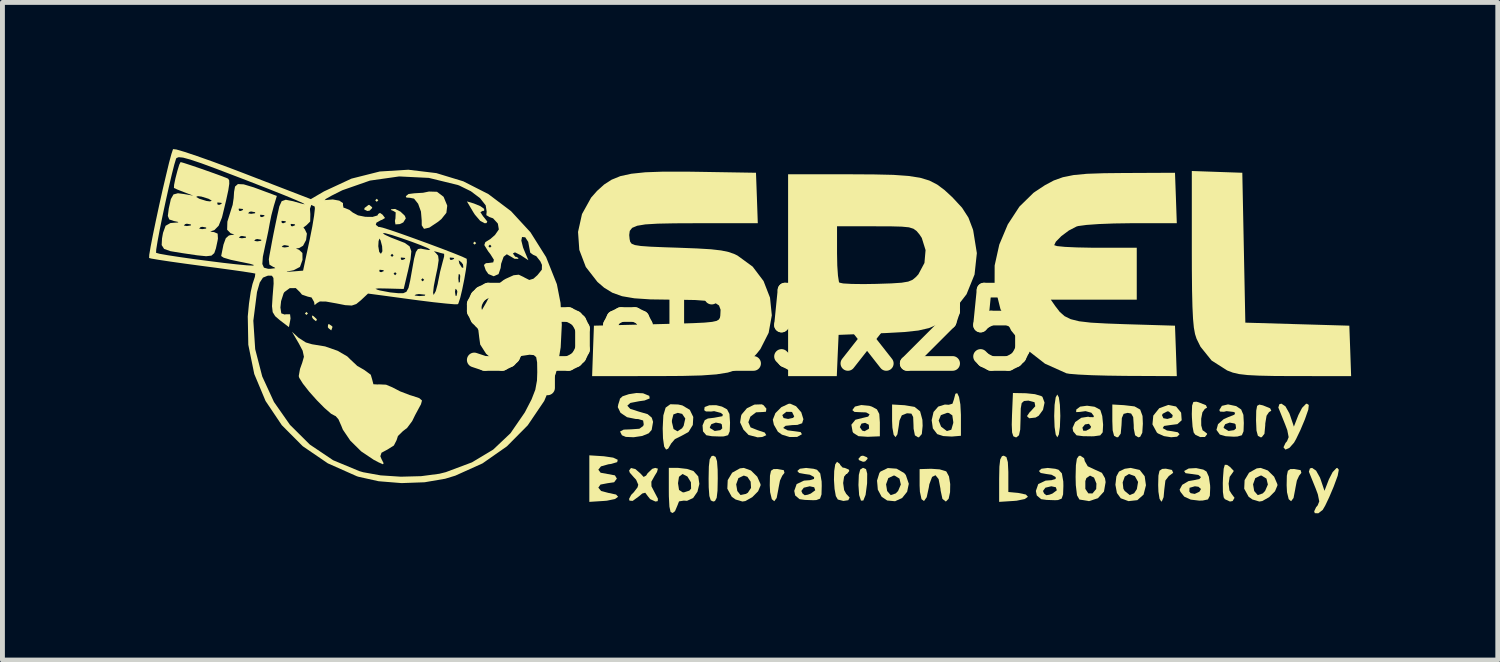
<source format=kicad_pcb>
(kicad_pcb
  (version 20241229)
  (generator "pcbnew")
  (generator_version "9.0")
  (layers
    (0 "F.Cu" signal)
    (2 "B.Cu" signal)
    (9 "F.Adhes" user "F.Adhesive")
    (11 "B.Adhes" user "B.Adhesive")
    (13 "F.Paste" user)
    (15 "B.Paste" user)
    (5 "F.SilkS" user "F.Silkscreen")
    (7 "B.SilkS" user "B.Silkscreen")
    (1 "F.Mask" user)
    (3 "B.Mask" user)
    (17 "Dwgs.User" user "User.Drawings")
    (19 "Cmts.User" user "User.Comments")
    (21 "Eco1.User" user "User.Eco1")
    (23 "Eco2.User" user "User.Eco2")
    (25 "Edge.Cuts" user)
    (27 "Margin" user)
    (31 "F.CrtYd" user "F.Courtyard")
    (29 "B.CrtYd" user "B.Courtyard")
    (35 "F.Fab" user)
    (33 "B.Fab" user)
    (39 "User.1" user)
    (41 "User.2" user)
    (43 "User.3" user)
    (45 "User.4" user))
  (footprint "Spel25x25"
    (layer "F.Cu")
    (at 12.258 3.706)
    (property "Reference" "Spel25x25" (at 0 0 0) (layer "F.SilkS") (effects (font (size 1.5 1.5) (thickness 0.3))))
    (attr board_only exclude_from_pos_files exclude_from_bom)
    (fp_poly (pts (xy -9.009 -0.344) (xy -9.04 -0.313) (xy -9.071 -0.344) (xy -9.04 -0.375)) (stroke (width 0) (type solid)) (fill yes) (layer "F.SilkS"))
    (fp_poly (pts (xy -7.57 -2.659) (xy -7.601 -2.628) (xy -7.633 -2.659) (xy -7.601 -2.69)) (stroke (width 0) (type solid)) (fill yes) (layer "F.SilkS"))
    (fp_poly (pts (xy -5.568 -1.783) (xy -5.599 -1.752) (xy -5.631 -1.783) (xy -5.599 -1.814)) (stroke (width 0) (type solid)) (fill yes) (layer "F.SilkS"))
    (fp_poly (pts (xy -8.893 -0.288) (xy -8.826 -0.225) (xy -8.84 -0.188) (xy -8.849 -0.188) (xy -8.902 -0.232) (xy -8.921 -0.26) (xy -8.928 -0.303)) (stroke (width 0) (type solid)) (fill yes) (layer "F.SilkS"))
    (fp_poly (pts (xy -8.511 -0.08) (xy -8.508 -0.063) (xy -8.53 -0.002) (xy -8.536 0) (xy -8.589 -0.044) (xy -8.602 -0.063) (xy -8.597 -0.12) (xy -8.575 -0.125)) (stroke (width 0) (type solid)) (fill yes) (layer "F.SilkS"))
    (fp_poly (pts (xy -7.697 -2.517) (xy -7.695 -2.502) (xy -7.746 -2.448) (xy -7.793 -2.44) (xy -7.857 -2.47) (xy -7.851 -2.502) (xy -7.771 -2.563) (xy -7.754 -2.565)) (stroke (width 0) (type solid)) (fill yes) (layer "F.SilkS"))
    (fp_poly (pts (xy 2.429 2.599) (xy 2.44 2.628) (xy 2.389 2.683) (xy 2.346 2.69) (xy 2.263 2.656) (xy 2.252 2.628) (xy 2.303 2.572) (xy 2.346 2.565)) (stroke (width 0) (type solid)) (fill yes) (layer "F.SilkS"))
    (fp_poly (pts (xy -7.115 -2.426) (xy -7.027 -2.342) (xy -7.007 -2.289) (xy -7.059 -2.206) (xy -7.132 -2.172) (xy -7.219 -2.166) (xy -7.23 -2.236) (xy -7.219 -2.289) (xy -7.214 -2.412) (xy -7.261 -2.44) (xy -7.312 -2.461) (xy -7.304 -2.476) (xy -7.225 -2.482)) (stroke (width 0) (type solid)) (fill yes) (layer "F.SilkS"))
    (fp_poly (pts (xy 2.407 2.84) (xy 2.431 2.933) (xy 2.429 3.121) (xy 2.428 3.139) (xy 2.398 3.367) (xy 2.352 3.482) (xy 2.304 3.485) (xy 2.266 3.371) (xy 2.252 3.165) (xy 2.26 2.957) (xy 2.288 2.849) (xy 2.342 2.815) (xy 2.349 2.815)) (stroke (width 0) (type solid)) (fill yes) (layer "F.SilkS"))
    (fp_poly (pts (xy -5.615 -2.594) (xy -5.482 -2.539) (xy -5.404 -2.483) (xy -5.405 -2.445) (xy -5.44 -2.44) (xy -5.481 -2.415) (xy -5.426 -2.331) (xy -5.412 -2.315) (xy -5.34 -2.224) (xy -5.357 -2.192) (xy -5.396 -2.19) (xy -5.486 -2.239) (xy -5.593 -2.364) (xy -5.625 -2.413) (xy -5.757 -2.636)) (stroke (width 0) (type solid)) (fill yes) (layer "F.SilkS"))
    (fp_poly (pts (xy 0.724 2.861) (xy 0.739 2.916) (xy 0.693 2.975) (xy 0.647 3.074) (xy 0.616 3.234) (xy 0.614 3.248) (xy 0.579 3.43) (xy 0.53 3.497) (xy 0.48 3.455) (xy 0.445 3.312) (xy 0.438 3.171) (xy 0.442 2.975) (xy 0.463 2.874) (xy 0.515 2.839) (xy 0.594 2.838)) (stroke (width 0) (type solid)) (fill yes) (layer "F.SilkS"))
    (fp_poly (pts (xy 11.297 2.861) (xy 11.312 2.916) (xy 11.266 2.975) (xy 11.22 3.074) (xy 11.189 3.234) (xy 11.187 3.248) (xy 11.152 3.43) (xy 11.102 3.497) (xy 11.053 3.455) (xy 11.018 3.312) (xy 11.011 3.171) (xy 11.015 2.975) (xy 11.036 2.874) (xy 11.087 2.839) (xy 11.167 2.838)) (stroke (width 0) (type solid)) (fill yes) (layer "F.SilkS"))
    (fp_poly (pts (xy -0.67 2.59) (xy -0.641 2.678) (xy -0.628 2.854) (xy -0.626 3.034) (xy -0.631 3.282) (xy -0.648 3.427) (xy -0.683 3.493) (xy -0.719 3.503) (xy -0.769 3.479) (xy -0.798 3.39) (xy -0.811 3.214) (xy -0.813 3.034) (xy -0.808 2.787) (xy -0.791 2.641) (xy -0.755 2.576) (xy -0.719 2.565)) (stroke (width 0) (type solid)) (fill yes) (layer "F.SilkS"))
    (fp_poly (pts (xy 6.351 1.372) (xy 6.373 1.527) (xy 6.381 1.751) (xy 6.381 1.752) (xy 6.373 1.976) (xy 6.351 2.132) (xy 6.319 2.19) (xy 6.319 2.19) (xy 6.287 2.132) (xy 6.264 1.977) (xy 6.256 1.752) (xy 6.256 1.752) (xy 6.264 1.527) (xy 6.287 1.372) (xy 6.319 1.314) (xy 6.319 1.314)) (stroke (width 0) (type solid)) (fill yes) (layer "F.SilkS"))
    (fp_poly (pts (xy 8.665 2.857) (xy 8.69 2.915) (xy 8.605 2.979) (xy 8.602 2.98) (xy 8.531 3.073) (xy 8.508 3.26) (xy 8.494 3.414) (xy 8.459 3.498) (xy 8.446 3.503) (xy 8.411 3.447) (xy 8.388 3.302) (xy 8.383 3.167) (xy 8.388 2.973) (xy 8.41 2.873) (xy 8.465 2.836) (xy 8.54 2.831)) (stroke (width 0) (type solid)) (fill yes) (layer "F.SilkS"))
    (fp_poly (pts (xy 5.279 2.594) (xy 5.308 2.697) (xy 5.318 2.897) (xy 5.318 2.936) (xy 5.318 3.308) (xy 5.521 3.327) (xy 5.677 3.36) (xy 5.719 3.406) (xy 5.654 3.452) (xy 5.489 3.486) (xy 5.427 3.491) (xy 5.13 3.51) (xy 5.13 3.038) (xy 5.135 2.789) (xy 5.152 2.643) (xy 5.187 2.576) (xy 5.224 2.565)) (stroke (width 0) (type solid)) (fill yes) (layer "F.SilkS"))
    (fp_poly (pts (xy 10.526 1.536) (xy 10.673 1.596) (xy 10.697 1.646) (xy 10.651 1.672) (xy 10.6 1.748) (xy 10.574 1.905) (xy 10.573 1.945) (xy 10.557 2.117) (xy 10.503 2.186) (xy 10.479 2.19) (xy 10.423 2.159) (xy 10.394 2.052) (xy 10.385 1.844) (xy 10.385 1.841) (xy 10.389 1.644) (xy 10.407 1.546) (xy 10.452 1.52)) (stroke (width 0) (type solid)) (fill yes) (layer "F.SilkS"))
    (fp_poly (pts (xy 9.792 2.753) (xy 9.853 2.796) (xy 9.93 2.878) (xy 9.9 2.922) (xy 9.845 2.999) (xy 9.824 3.137) (xy 9.84 3.275) (xy 9.885 3.347) (xy 9.945 3.427) (xy 9.906 3.493) (xy 9.851 3.503) (xy 9.747 3.455) (xy 9.723 3.418) (xy 9.707 3.308) (xy 9.705 3.126) (xy 9.709 3.016) (xy 9.723 2.832) (xy 9.746 2.752)) (stroke (width 0) (type solid)) (fill yes) (layer "F.SilkS"))
    (fp_poly (pts (xy -6.369 -2.833) (xy -6.234 -2.73) (xy -6.162 -2.556) (xy -6.16 -2.544) (xy -6.177 -2.403) (xy -6.279 -2.275) (xy -6.346 -2.22) (xy -6.526 -2.1) (xy -6.635 -2.075) (xy -6.681 -2.147) (xy -6.682 -2.248) (xy -6.697 -2.428) (xy -6.755 -2.588) (xy -6.839 -2.693) (xy -6.921 -2.71) (xy -6.996 -2.715) (xy -7.007 -2.742) (xy -6.953 -2.787) (xy -6.835 -2.802) (xy -6.654 -2.813) (xy -6.534 -2.838)) (stroke (width 0) (type solid)) (fill yes) (layer "F.SilkS"))
    (fp_poly (pts (xy 0.309 1.531) (xy 0.369 1.603) (xy 0.36 1.666) (xy 0.297 1.672) (xy 0.158 1.678) (xy 0.041 1.767) (xy 0 1.881) (xy 0.045 1.986) (xy 0.188 2.043) (xy 0.335 2.092) (xy 0.367 2.146) (xy 0.283 2.183) (xy 0.189 2.19) (xy 0.004 2.141) (xy -0.101 2.031) (xy -0.169 1.884) (xy -0.148 1.748) (xy -0.136 1.72) (xy -0.03 1.595) (xy 0.124 1.52) (xy 0.274 1.515)) (stroke (width 0) (type solid)) (fill yes) (layer "F.SilkS"))
    (fp_poly (pts (xy 9.212 1.474) (xy 9.36 1.533) (xy 9.383 1.583) (xy 9.337 1.609) (xy 9.288 1.678) (xy 9.263 1.808) (xy 9.264 1.948) (xy 9.292 2.046) (xy 9.322 2.065) (xy 9.382 2.112) (xy 9.384 2.127) (xy 9.339 2.183) (xy 9.24 2.184) (xy 9.143 2.137) (xy 9.109 2.091) (xy 9.086 1.969) (xy 9.073 1.783) (xy 9.071 1.711) (xy 9.077 1.54) (xy 9.103 1.466) (xy 9.168 1.461)) (stroke (width 0) (type solid)) (fill yes) (layer "F.SilkS"))
    (fp_poly (pts (xy 1.875 2.738) (xy 1.877 2.753) (xy 1.928 2.808) (xy 1.971 2.815) (xy 2.054 2.849) (xy 2.065 2.878) (xy 2.017 2.939) (xy 2.002 2.94) (xy 1.958 2.995) (xy 1.939 3.124) (xy 1.959 3.269) (xy 2.002 3.347) (xy 2.072 3.422) (xy 2.044 3.476) (xy 1.944 3.491) (xy 1.83 3.462) (xy 1.789 3.391) (xy 1.763 3.243) (xy 1.751 3.058) (xy 1.756 2.878) (xy 1.777 2.742) (xy 1.814 2.69)) (stroke (width 0) (type solid)) (fill yes) (layer "F.SilkS"))
    (fp_poly (pts (xy 3.197 1.533) (xy 3.4 1.567) (xy 3.513 1.658) (xy 3.56 1.831) (xy 3.565 1.955) (xy 3.548 2.123) (xy 3.492 2.187) (xy 3.472 2.19) (xy 3.407 2.149) (xy 3.38 2.014) (xy 3.378 1.935) (xy 3.371 1.774) (xy 3.335 1.705) (xy 3.253 1.698) (xy 3.238 1.7) (xy 3.139 1.74) (xy 3.091 1.847) (xy 3.077 1.955) (xy 3.049 2.128) (xy 3.01 2.186) (xy 2.972 2.137) (xy 2.946 1.99) (xy 2.94 1.854) (xy 2.94 1.518)) (stroke (width 0) (type solid)) (fill yes) (layer "F.SilkS"))
    (fp_poly (pts (xy 3.913 2.845) (xy 4.039 2.883) (xy 4.051 2.891) (xy 4.104 2.99) (xy 4.129 3.145) (xy 4.126 3.312) (xy 4.097 3.446) (xy 4.041 3.503) (xy 4.039 3.503) (xy 3.97 3.449) (xy 3.933 3.279) (xy 3.929 3.238) (xy 3.892 3.045) (xy 3.828 2.965) (xy 3.758 3) (xy 3.702 3.15) (xy 3.691 3.217) (xy 3.648 3.415) (xy 3.593 3.493) (xy 3.542 3.455) (xy 3.509 3.303) (xy 3.503 3.177) (xy 3.503 2.84) (xy 3.738 2.833)) (stroke (width 0) (type solid)) (fill yes) (layer "F.SilkS"))
    (fp_poly (pts (xy 7.686 1.532) (xy 7.899 1.557) (xy 8.015 1.622) (xy 8.063 1.753) (xy 8.07 1.912) (xy 8.058 2.096) (xy 8.015 2.179) (xy 7.977 2.19) (xy 7.911 2.148) (xy 7.884 2.011) (xy 7.883 1.939) (xy 7.872 1.776) (xy 7.83 1.703) (xy 7.758 1.689) (xy 7.676 1.71) (xy 7.64 1.795) (xy 7.633 1.939) (xy 7.617 2.113) (xy 7.566 2.185) (xy 7.539 2.19) (xy 7.481 2.158) (xy 7.452 2.048) (xy 7.445 1.854) (xy 7.445 1.518)) (stroke (width 0) (type solid)) (fill yes) (layer "F.SilkS"))
    (fp_poly (pts (xy -2.956 2.577) (xy -2.765 2.605) (xy -2.672 2.649) (xy -2.683 2.697) (xy -2.807 2.734) (xy -2.862 2.741) (xy -3.015 2.784) (xy -3.069 2.852) (xy -3.022 2.914) (xy -2.878 2.94) (xy -2.729 2.968) (xy -2.69 3.034) (xy -2.746 3.109) (xy -2.878 3.128) (xy -3.025 3.156) (xy -3.069 3.219) (xy -3.012 3.287) (xy -2.862 3.327) (xy -2.706 3.36) (xy -2.664 3.406) (xy -2.73 3.452) (xy -2.894 3.486) (xy -2.956 3.491) (xy -3.253 3.51) (xy -3.253 3.034) (xy -3.253 2.558)) (stroke (width 0) (type solid)) (fill yes) (layer "F.SilkS"))
    (fp_poly (pts (xy 8.006 2.857) (xy 8.107 2.986) (xy 8.133 3.17) (xy 8.084 3.362) (xy 7.956 3.475) (xy 7.776 3.495) (xy 7.617 3.436) (xy 7.539 3.328) (xy 7.508 3.16) (xy 7.514 3.111) (xy 7.657 3.111) (xy 7.671 3.241) (xy 7.698 3.287) (xy 7.802 3.371) (xy 7.891 3.334) (xy 7.947 3.249) (xy 7.972 3.102) (xy 7.906 2.984) (xy 7.785 2.94) (xy 7.7 2.992) (xy 7.657 3.111) (xy 7.514 3.111) (xy 7.528 2.99) (xy 7.582 2.89) (xy 7.699 2.833) (xy 7.82 2.815)) (stroke (width 0) (type solid)) (fill yes) (layer "F.SilkS"))
    (fp_poly (pts (xy 3.032 2.831) (xy 3.187 2.92) (xy 3.222 2.963) (xy 3.282 3.14) (xy 3.248 3.303) (xy 3.146 3.43) (xy 3.001 3.497) (xy 2.84 3.482) (xy 2.726 3.405) (xy 2.648 3.259) (xy 2.639 3.151) (xy 2.817 3.151) (xy 2.839 3.288) (xy 2.912 3.372) (xy 3.015 3.337) (xy 3.063 3.287) (xy 3.119 3.155) (xy 3.091 3.034) (xy 2.992 2.973) (xy 2.972 2.972) (xy 2.863 3.023) (xy 2.817 3.151) (xy 2.639 3.151) (xy 2.632 3.075) (xy 2.68 2.919) (xy 2.703 2.89) (xy 2.853 2.818)) (stroke (width 0) (type solid)) (fill yes) (layer "F.SilkS"))
    (fp_poly (pts (xy 9.588 -3.24) (xy 10.104 -3.222) (xy 10.135 -1.689) (xy 10.166 -0.156) (xy 11.23 -0.125) (xy 12.293 -0.094) (xy 12.312 0.422) (xy 12.33 0.938) (xy 11.185 0.937) (xy 10.763 0.935) (xy 10.446 0.928) (xy 10.212 0.916) (xy 10.04 0.896) (xy 9.91 0.866) (xy 9.802 0.825) (xy 9.791 0.82) (xy 9.475 0.618) (xy 9.249 0.337) (xy 9.168 0.173) (xy 9.137 0.077) (xy 9.113 -0.054) (xy 9.096 -0.235) (xy 9.084 -0.483) (xy 9.076 -0.813) (xy 9.072 -1.24) (xy 9.071 -1.658) (xy 9.071 -3.258)) (stroke (width 0) (type solid)) (fill yes) (layer "F.SilkS"))
    (fp_poly (pts (xy 0.053 2.868) (xy 0.182 2.995) (xy 0.249 3.148) (xy 0.25 3.173) (xy 0.2 3.293) (xy 0.08 3.414) (xy -0.061 3.493) (xy -0.121 3.503) (xy -0.262 3.461) (xy -0.34 3.405) (xy -0.43 3.241) (xy -0.426 3.151) (xy -0.249 3.151) (xy -0.226 3.288) (xy -0.16 3.37) (xy -0.05 3.347) (xy -0.01 3.323) (xy 0.055 3.224) (xy 0.047 3.097) (xy -0.02 2.997) (xy -0.093 2.972) (xy -0.203 3.023) (xy -0.249 3.151) (xy -0.426 3.151) (xy -0.422 3.065) (xy -0.331 2.913) (xy -0.173 2.825) (xy -0.093 2.815)) (stroke (width 0) (type solid)) (fill yes) (layer "F.SilkS"))
    (fp_poly (pts (xy 10.626 2.868) (xy 10.755 2.995) (xy 10.821 3.148) (xy 10.823 3.173) (xy 10.773 3.293) (xy 10.653 3.414) (xy 10.512 3.493) (xy 10.452 3.503) (xy 10.311 3.461) (xy 10.233 3.405) (xy 10.143 3.241) (xy 10.147 3.151) (xy 10.324 3.151) (xy 10.347 3.288) (xy 10.42 3.372) (xy 10.522 3.337) (xy 10.57 3.287) (xy 10.627 3.155) (xy 10.598 3.034) (xy 10.499 2.973) (xy 10.479 2.972) (xy 10.37 3.023) (xy 10.324 3.151) (xy 10.147 3.151) (xy 10.151 3.065) (xy 10.242 2.913) (xy 10.4 2.825) (xy 10.48 2.815)) (stroke (width 0) (type solid)) (fill yes) (layer "F.SilkS"))
    (fp_poly (pts (xy 12.078 2.853) (xy 12.055 2.976) (xy 11.974 3.196) (xy 11.97 3.206) (xy 11.88 3.418) (xy 11.799 3.588) (xy 11.748 3.675) (xy 11.658 3.744) (xy 11.587 3.741) (xy 11.574 3.704) (xy 11.613 3.62) (xy 11.645 3.583) (xy 11.678 3.5) (xy 11.649 3.356) (xy 11.607 3.242) (xy 11.534 3.062) (xy 11.479 2.926) (xy 11.466 2.893) (xy 11.487 2.826) (xy 11.531 2.815) (xy 11.613 2.871) (xy 11.692 3.012) (xy 11.706 3.05) (xy 11.785 3.284) (xy 11.875 3.05) (xy 11.951 2.902) (xy 12.028 2.821) (xy 12.047 2.815)) (stroke (width 0) (type solid)) (fill yes) (layer "F.SilkS"))
    (fp_poly (pts (xy 11.464 1.528) (xy 11.454 1.623) (xy 11.39 1.806) (xy 11.381 1.83) (xy 11.292 2.042) (xy 11.204 2.225) (xy 11.162 2.299) (xy 11.069 2.404) (xy 10.987 2.441) (xy 10.948 2.397) (xy 10.948 2.39) (xy 10.987 2.306) (xy 11.019 2.269) (xy 11.052 2.186) (xy 11.024 2.042) (xy 10.981 1.928) (xy 10.909 1.749) (xy 10.854 1.612) (xy 10.841 1.58) (xy 10.862 1.512) (xy 10.905 1.501) (xy 10.987 1.557) (xy 11.066 1.698) (xy 11.08 1.736) (xy 11.159 1.971) (xy 11.25 1.736) (xy 11.326 1.588) (xy 11.405 1.507) (xy 11.425 1.501)) (stroke (width 0) (type solid)) (fill yes) (layer "F.SilkS"))
    (fp_poly (pts (xy 5.68 1.288) (xy 5.862 1.307) (xy 5.993 1.346) (xy 6.016 1.362) (xy 6.059 1.48) (xy 6.027 1.628) (xy 5.938 1.749) (xy 5.876 1.785) (xy 5.745 1.8) (xy 5.699 1.756) (xy 5.756 1.674) (xy 5.771 1.662) (xy 5.869 1.554) (xy 5.854 1.472) (xy 5.73 1.439) (xy 5.724 1.439) (xy 5.638 1.447) (xy 5.591 1.49) (xy 5.572 1.599) (xy 5.568 1.801) (xy 5.568 1.814) (xy 5.561 2.031) (xy 5.536 2.147) (xy 5.487 2.188) (xy 5.471 2.19) (xy 5.421 2.169) (xy 5.395 2.091) (xy 5.388 1.932) (xy 5.393 1.736) (xy 5.412 1.283)) (stroke (width 0) (type solid)) (fill yes) (layer "F.SilkS"))
    (fp_poly (pts (xy 6.867 2.616) (xy 6.882 2.677) (xy 6.942 2.782) (xy 7.085 2.849) (xy 7.232 2.916) (xy 7.295 3.026) (xy 7.308 3.106) (xy 7.274 3.299) (xy 7.151 3.435) (xy 6.969 3.495) (xy 6.772 3.462) (xy 6.723 3.376) (xy 6.707 3.245) (xy 6.893 3.245) (xy 6.954 3.336) (xy 7.039 3.338) (xy 7.115 3.247) (xy 7.12 3.136) (xy 7.071 3.013) (xy 6.989 2.973) (xy 6.914 3.024) (xy 6.893 3.085) (xy 6.893 3.245) (xy 6.707 3.245) (xy 6.698 3.168) (xy 6.694 2.998) (xy 6.7 2.761) (xy 6.72 2.627) (xy 6.76 2.571) (xy 6.788 2.565)) (stroke (width 0) (type solid)) (fill yes) (layer "F.SilkS"))
    (fp_poly (pts (xy -1.436 1.518) (xy -1.35 1.537) (xy -1.198 1.627) (xy -1.127 1.773) (xy -1.136 1.937) (xy -1.224 2.08) (xy -1.357 2.154) (xy -1.503 2.227) (xy -1.584 2.322) (xy -1.585 2.327) (xy -1.641 2.422) (xy -1.683 2.44) (xy -1.722 2.38) (xy -1.746 2.21) (xy -1.752 2.006) (xy -1.746 1.877) (xy -1.564 1.877) (xy -1.53 2.02) (xy -1.45 2.067) (xy -1.356 2.005) (xy -1.324 1.955) (xy -1.29 1.805) (xy -1.354 1.71) (xy -1.444 1.689) (xy -1.533 1.721) (xy -1.563 1.837) (xy -1.564 1.877) (xy -1.746 1.877) (xy -1.739 1.741) (xy -1.692 1.582) (xy -1.596 1.513)) (stroke (width 0) (type solid)) (fill yes) (layer "F.SilkS"))
    (fp_poly (pts (xy -1.254 2.836) (xy -1.122 2.88) (xy -1.025 2.989) (xy -1.002 3.142) (xy -1.041 3.302) (xy -1.129 3.43) (xy -1.255 3.489) (xy -1.32 3.484) (xy -1.418 3.5) (xy -1.451 3.584) (xy -1.5 3.7) (xy -1.548 3.738) (xy -1.591 3.717) (xy -1.615 3.608) (xy -1.626 3.396) (xy -1.627 3.29) (xy -1.627 3.128) (xy -1.439 3.128) (xy -1.418 3.266) (xy -1.344 3.314) (xy -1.319 3.316) (xy -1.206 3.28) (xy -1.171 3.238) (xy -1.175 3.109) (xy -1.247 2.991) (xy -1.347 2.94) (xy -1.419 2.997) (xy -1.439 3.128) (xy -1.627 3.128) (xy -1.627 2.815) (xy -1.435 2.815)) (stroke (width 0) (type solid)) (fill yes) (layer "F.SilkS"))
    (fp_poly (pts (xy 4.309 1.364) (xy 4.337 1.518) (xy 4.348 1.729) (xy 4.348 1.736) (xy 4.348 2.158) (xy 4.16 2.174) (xy 3.987 2.164) (xy 3.863 2.124) (xy 3.774 2.007) (xy 3.751 1.847) (xy 3.893 1.847) (xy 3.942 1.971) (xy 4.06 2.061) (xy 4.151 2.034) (xy 4.191 1.898) (xy 4.192 1.877) (xy 4.172 1.74) (xy 4.099 1.691) (xy 4.065 1.689) (xy 3.938 1.736) (xy 3.893 1.847) (xy 3.751 1.847) (xy 3.75 1.838) (xy 3.788 1.671) (xy 3.884 1.561) (xy 4.02 1.519) (xy 4.099 1.524) (xy 4.175 1.502) (xy 4.203 1.42) (xy 4.235 1.299) (xy 4.272 1.286)) (stroke (width 0) (type solid)) (fill yes) (layer "F.SilkS"))
    (fp_poly (pts (xy -1.85 2.831) (xy -1.869 2.899) (xy -1.917 2.977) (xy -1.984 3.097) (xy -1.982 3.192) (xy -1.915 3.321) (xy -1.85 3.445) (xy -1.854 3.495) (xy -1.901 3.503) (xy -2.008 3.454) (xy -2.056 3.395) (xy -2.109 3.323) (xy -2.17 3.339) (xy -2.236 3.395) (xy -2.366 3.49) (xy -2.432 3.485) (xy -2.44 3.449) (xy -2.397 3.367) (xy -2.346 3.316) (xy -2.267 3.213) (xy -2.252 3.159) (xy -2.296 3.057) (xy -2.346 3.003) (xy -2.425 2.913) (xy -2.44 2.87) (xy -2.401 2.817) (xy -2.311 2.839) (xy -2.212 2.925) (xy -2.142 3) (xy -2.092 2.973) (xy -2.061 2.925) (xy -1.966 2.834) (xy -1.904 2.815)) (stroke (width 0) (type solid)) (fill yes) (layer "F.SilkS"))
    (fp_poly (pts (xy 2.474 1.545) (xy 2.525 1.561) (xy 2.63 1.618) (xy 2.678 1.712) (xy 2.69 1.884) (xy 2.69 1.896) (xy 2.69 2.169) (xy 2.442 2.179) (xy 2.252 2.166) (xy 2.149 2.101) (xy 2.133 2.076) (xy 2.116 1.981) (xy 2.28 1.981) (xy 2.328 2.051) (xy 2.377 2.065) (xy 2.459 2.019) (xy 2.469 2.006) (xy 2.464 1.932) (xy 2.389 1.893) (xy 2.314 1.909) (xy 2.28 1.981) (xy 2.116 1.981) (xy 2.107 1.932) (xy 2.19 1.83) (xy 2.338 1.793) (xy 2.451 1.766) (xy 2.48 1.72) (xy 2.409 1.68) (xy 2.293 1.676) (xy 2.171 1.67) (xy 2.127 1.633) (xy 2.18 1.561) (xy 2.31 1.529)) (stroke (width 0) (type solid)) (fill yes) (layer "F.SilkS"))
    (fp_poly (pts (xy 8.749 1.559) (xy 8.849 1.68) (xy 8.853 1.692) (xy 8.864 1.841) (xy 8.776 1.92) (xy 8.626 1.939) (xy 8.503 1.957) (xy 8.476 2.001) (xy 8.477 2.002) (xy 8.563 2.05) (xy 8.668 2.065) (xy 8.784 2.086) (xy 8.821 2.127) (xy 8.77 2.177) (xy 8.648 2.188) (xy 8.502 2.165) (xy 8.379 2.11) (xy 8.356 2.091) (xy 8.266 1.925) (xy 8.283 1.746) (xy 8.291 1.736) (xy 8.461 1.736) (xy 8.49 1.799) (xy 8.571 1.814) (xy 8.67 1.785) (xy 8.68 1.736) (xy 8.604 1.663) (xy 8.571 1.658) (xy 8.477 1.707) (xy 8.461 1.736) (xy 8.291 1.736) (xy 8.402 1.598) (xy 8.411 1.592) (xy 8.59 1.527)) (stroke (width 0) (type solid)) (fill yes) (layer "F.SilkS"))
    (fp_poly (pts (xy 0.976 1.554) (xy 1.082 1.677) (xy 1.126 1.819) (xy 1.1 1.902) (xy 1.001 1.936) (xy 0.903 1.939) (xy 0.761 1.954) (xy 0.716 1.993) (xy 0.719 2.002) (xy 0.804 2.047) (xy 0.946 2.065) (xy 1.069 2.082) (xy 1.096 2.126) (xy 1.095 2.127) (xy 0.997 2.182) (xy 0.843 2.183) (xy 0.687 2.135) (xy 0.604 2.075) (xy 0.522 1.932) (xy 0.5 1.829) (xy 0.538 1.734) (xy 0.694 1.734) (xy 0.721 1.795) (xy 0.813 1.814) (xy 0.915 1.792) (xy 0.938 1.762) (xy 0.893 1.67) (xy 0.779 1.668) (xy 0.776 1.669) (xy 0.694 1.734) (xy 0.538 1.734) (xy 0.552 1.696) (xy 0.675 1.573) (xy 0.82 1.505) (xy 0.854 1.501)) (stroke (width 0) (type solid)) (fill yes) (layer "F.SilkS"))
    (fp_poly (pts (xy 1.334 2.833) (xy 1.403 2.853) (xy 1.47 2.927) (xy 1.499 3.094) (xy 1.501 3.182) (xy 1.496 3.359) (xy 1.466 3.444) (xy 1.391 3.473) (xy 1.329 3.476) (xy 1.158 3.47) (xy 1.048 3.455) (xy 0.958 3.379) (xy 0.939 3.287) (xy 1.084 3.287) (xy 1.107 3.338) (xy 1.153 3.374) (xy 1.217 3.363) (xy 1.277 3.34) (xy 1.368 3.273) (xy 1.347 3.211) (xy 1.255 3.191) (xy 1.134 3.22) (xy 1.084 3.287) (xy 0.939 3.287) (xy 0.938 3.287) (xy 0.988 3.146) (xy 1.138 3.075) (xy 1.26 3.066) (xy 1.343 3.041) (xy 1.345 3.003) (xy 1.259 2.955) (xy 1.154 2.94) (xy 1.038 2.919) (xy 1.001 2.878) (xy 1.054 2.832) (xy 1.181 2.816)) (stroke (width 0) (type solid)) (fill yes) (layer "F.SilkS"))
    (fp_poly (pts (xy 6.277 2.833) (xy 6.345 2.853) (xy 6.413 2.927) (xy 6.442 3.094) (xy 6.444 3.182) (xy 6.438 3.359) (xy 6.408 3.444) (xy 6.334 3.473) (xy 6.272 3.476) (xy 6.1 3.47) (xy 5.99 3.455) (xy 5.9 3.379) (xy 5.881 3.287) (xy 6.027 3.287) (xy 6.049 3.338) (xy 6.095 3.374) (xy 6.159 3.363) (xy 6.22 3.34) (xy 6.31 3.273) (xy 6.29 3.211) (xy 6.197 3.191) (xy 6.076 3.22) (xy 6.027 3.287) (xy 5.881 3.287) (xy 5.881 3.287) (xy 5.93 3.146) (xy 6.081 3.075) (xy 6.202 3.066) (xy 6.286 3.041) (xy 6.287 3.003) (xy 6.201 2.955) (xy 6.096 2.94) (xy 5.98 2.919) (xy 5.943 2.878) (xy 5.996 2.832) (xy 6.124 2.816)) (stroke (width 0) (type solid)) (fill yes) (layer "F.SilkS"))
    (fp_poly (pts (xy -2.155 1.289) (xy -2.154 1.289) (xy -2.027 1.341) (xy -2.018 1.394) (xy -2.123 1.436) (xy -2.232 1.451) (xy -2.414 1.486) (xy -2.476 1.543) (xy -2.416 1.607) (xy -2.239 1.664) (xy -2.062 1.715) (xy -1.976 1.787) (xy -1.949 1.873) (xy -1.978 2.038) (xy -2.039 2.108) (xy -2.172 2.162) (xy -2.347 2.188) (xy -2.507 2.181) (xy -2.586 2.148) (xy -2.625 2.071) (xy -2.55 2.032) (xy -2.395 2.026) (xy -2.228 2.014) (xy -2.151 1.957) (xy -2.14 1.924) (xy -2.153 1.845) (xy -2.253 1.816) (xy -2.306 1.814) (xy -2.482 1.778) (xy -2.615 1.688) (xy -2.671 1.572) (xy -2.662 1.52) (xy -2.631 1.423) (xy -2.628 1.401) (xy -2.573 1.35) (xy -2.444 1.307) (xy -2.288 1.283)) (stroke (width 0) (type solid)) (fill yes) (layer "F.SilkS"))
    (fp_poly (pts (xy 9.972 1.55) (xy 9.983 1.554) (xy 10.081 1.621) (xy 10.126 1.73) (xy 10.135 1.897) (xy 10.129 2.066) (xy 10.095 2.147) (xy 10.005 2.173) (xy 9.931 2.177) (xy 9.763 2.167) (xy 9.644 2.133) (xy 9.644 2.133) (xy 9.575 2.037) (xy 9.59 1.984) (xy 9.721 1.984) (xy 9.728 2.002) (xy 9.822 2.06) (xy 9.936 2.043) (xy 9.976 2.006) (xy 9.967 1.926) (xy 9.945 1.907) (xy 9.846 1.888) (xy 9.754 1.921) (xy 9.721 1.984) (xy 9.59 1.984) (xy 9.607 1.921) (xy 9.724 1.817) (xy 9.815 1.777) (xy 9.943 1.726) (xy 9.957 1.687) (xy 9.924 1.67) (xy 9.782 1.654) (xy 9.728 1.667) (xy 9.648 1.663) (xy 9.634 1.631) (xy 9.686 1.546) (xy 9.812 1.516)) (stroke (width 0) (type solid)) (fill yes) (layer "F.SilkS"))
    (fp_poly (pts (xy 7.081 1.564) (xy 7.191 1.622) (xy 7.202 1.637) (xy 7.239 1.754) (xy 7.256 1.925) (xy 7.256 1.942) (xy 7.248 2.087) (xy 7.197 2.15) (xy 7.067 2.168) (xy 7.023 2.169) (xy 6.847 2.166) (xy 6.721 2.15) (xy 6.71 2.146) (xy 6.644 2.067) (xy 6.632 1.999) (xy 6.634 1.992) (xy 6.833 1.992) (xy 6.851 2.055) (xy 6.909 2.055) (xy 6.997 2.006) (xy 7.01 1.971) (xy 6.967 1.913) (xy 6.886 1.926) (xy 6.833 1.992) (xy 6.634 1.992) (xy 6.685 1.878) (xy 6.81 1.79) (xy 6.952 1.768) (xy 6.981 1.776) (xy 7.058 1.778) (xy 7.069 1.756) (xy 7.017 1.687) (xy 6.898 1.654) (xy 6.779 1.67) (xy 6.705 1.674) (xy 6.708 1.621) (xy 6.786 1.562) (xy 6.928 1.543)) (stroke (width 0) (type solid)) (fill yes) (layer "F.SilkS"))
    (fp_poly (pts (xy 9.307 2.85) (xy 9.372 2.89) (xy 9.42 2.997) (xy 9.445 3.17) (xy 9.447 3.222) (xy 9.44 3.385) (xy 9.401 3.46) (xy 9.297 3.482) (xy 9.226 3.485) (xy 9.05 3.464) (xy 8.92 3.405) (xy 8.913 3.399) (xy 8.838 3.304) (xy 8.836 3.298) (xy 9.02 3.298) (xy 9.046 3.332) (xy 9.131 3.347) (xy 9.226 3.303) (xy 9.259 3.247) (xy 9.207 3.201) (xy 9.134 3.191) (xy 9.025 3.222) (xy 9.02 3.298) (xy 8.836 3.298) (xy 8.821 3.261) (xy 8.875 3.161) (xy 9.004 3.085) (xy 9.115 3.066) (xy 9.227 3.042) (xy 9.259 3.003) (xy 9.205 2.959) (xy 9.073 2.94) (xy 9.068 2.94) (xy 8.943 2.923) (xy 8.914 2.88) (xy 8.915 2.878) (xy 9.008 2.827) (xy 9.159 2.819)) (stroke (width 0) (type solid)) (fill yes) (layer "F.SilkS"))
    (fp_poly (pts (xy -0.54 1.561) (xy -0.435 1.618) (xy -0.387 1.712) (xy -0.375 1.884) (xy -0.375 1.896) (xy -0.381 2.066) (xy -0.415 2.146) (xy -0.503 2.171) (xy -0.579 2.173) (xy -0.745 2.167) (xy -0.86 2.147) (xy -0.86 2.147) (xy -0.928 2.068) (xy -0.934 1.984) (xy -0.789 1.984) (xy -0.782 2.002) (xy -0.688 2.06) (xy -0.574 2.043) (xy -0.534 2.006) (xy -0.543 1.926) (xy -0.565 1.907) (xy -0.665 1.888) (xy -0.757 1.921) (xy -0.789 1.984) (xy -0.934 1.984) (xy -0.937 1.946) (xy -0.892 1.839) (xy -0.829 1.805) (xy -0.699 1.789) (xy -0.657 1.781) (xy -0.536 1.759) (xy -0.532 1.758) (xy -0.521 1.725) (xy -0.563 1.69) (xy -0.7 1.654) (xy -0.761 1.662) (xy -0.869 1.66) (xy -0.903 1.634) (xy -0.894 1.57) (xy -0.799 1.534) (xy -0.659 1.532)) (stroke (width 0) (type solid)) (fill yes) (layer "F.SilkS"))
    (fp_poly (pts (xy -9.199 0.155) (xy -9.052 0.249) (xy -8.926 0.286) (xy -8.658 0.33) (xy -8.403 0.419) (xy -8.205 0.534) (xy -8.144 0.594) (xy -8 0.729) (xy -7.859 0.81) (xy -7.724 0.909) (xy -7.695 1.007) (xy -7.67 1.104) (xy -7.575 1.109) (xy -7.562 1.106) (xy -7.411 1.113) (xy -7.282 1.167) (xy -7.124 1.249) (xy -6.923 1.326) (xy -6.886 1.337) (xy -6.732 1.388) (xy -6.676 1.437) (xy -6.697 1.514) (xy -6.725 1.565) (xy -6.817 1.736) (xy -6.876 1.857) (xy -6.98 1.997) (xy -7.066 2.063) (xy -7.168 2.163) (xy -7.195 2.247) (xy -7.251 2.357) (xy -7.381 2.439) (xy -7.504 2.505) (xy -7.528 2.576) (xy -7.504 2.635) (xy -7.461 2.719) (xy -7.474 2.741) (xy -7.563 2.702) (xy -7.664 2.649) (xy -7.92 2.477) (xy -8.142 2.258) (xy -8.295 2.032) (xy -8.324 1.96) (xy -8.385 1.821) (xy -8.445 1.753) (xy -8.452 1.752) (xy -8.536 1.707) (xy -8.67 1.59) (xy -8.828 1.43) (xy -8.984 1.255) (xy -9.112 1.092) (xy -9.187 0.972) (xy -9.197 0.937) (xy -9.171 0.79) (xy -9.126 0.664) (xy -9.091 0.542) (xy -9.117 0.418) (xy -9.195 0.27) (xy -9.335 0.031)) (stroke (width 0) (type solid)) (fill yes) (layer "F.SilkS"))
    (fp_poly (pts (xy 8.746 -2.706) (xy 8.764 -2.19) (xy 7.827 -2.19) (xy 7.482 -2.185) (xy 7.17 -2.173) (xy 6.917 -2.155) (xy 6.75 -2.133) (xy 6.714 -2.123) (xy 6.556 -2.041) (xy 6.402 -1.926) (xy 6.29 -1.812) (xy 6.256 -1.741) (xy 6.315 -1.722) (xy 6.476 -1.706) (xy 6.717 -1.695) (xy 7.014 -1.689) (xy 7.101 -1.689) (xy 7.945 -1.689) (xy 7.945 -1.157) (xy 7.945 -0.626) (xy 7.066 -0.626) (xy 6.187 -0.626) (xy 6.278 -0.495) (xy 6.369 -0.377) (xy 6.468 -0.289) (xy 6.594 -0.227) (xy 6.767 -0.184) (xy 7.008 -0.156) (xy 7.337 -0.138) (xy 7.695 -0.125) (xy 8.727 -0.094) (xy 8.746 0.422) (xy 8.764 0.938) (xy 7.713 0.933) (xy 7.352 0.928) (xy 7.025 0.919) (xy 6.756 0.906) (xy 6.572 0.891) (xy 6.506 0.88) (xy 6.067 0.683) (xy 5.686 0.386) (xy 5.377 0.007) (xy 5.156 -0.435) (xy 5.037 -0.917) (xy 5.038 -1.325) (xy 5.133 -1.753) (xy 5.307 -2.166) (xy 5.545 -2.53) (xy 5.832 -2.811) (xy 5.869 -2.837) (xy 6.067 -2.968) (xy 6.247 -3.064) (xy 6.434 -3.131) (xy 6.652 -3.175) (xy 6.925 -3.201) (xy 7.277 -3.213) (xy 7.664 -3.217) (xy 8.727 -3.222)) (stroke (width 0) (type solid)) (fill yes) (layer "F.SilkS"))
    (fp_poly (pts (xy 2.573 -3.188) (xy 2.967 -3.179) (xy 3.274 -3.157) (xy 3.513 -3.12) (xy 3.702 -3.063) (xy 3.862 -2.981) (xy 4.01 -2.871) (xy 4.165 -2.728) (xy 4.171 -2.723) (xy 4.372 -2.506) (xy 4.502 -2.304) (xy 4.593 -2.064) (xy 4.6 -2.038) (xy 4.674 -1.578) (xy 4.627 -1.141) (xy 4.463 -0.737) (xy 4.187 -0.381) (xy 4.025 -0.23) (xy 3.87 -0.121) (xy 3.696 -0.045) (xy 3.478 0.005) (xy 3.19 0.036) (xy 2.808 0.057) (xy 2.721 0.06) (xy 1.846 0.094) (xy 1.827 0.516) (xy 1.809 0.938) (xy 1.311 0.938) (xy 0.813 0.938) (xy 0.813 -1.126) (xy 0.813 -1.574) (xy 1.814 -1.574) (xy 1.819 -1.322) (xy 1.833 -1.118) (xy 1.852 -0.995) (xy 1.861 -0.975) (xy 1.939 -0.958) (xy 2.115 -0.948) (xy 2.361 -0.945) (xy 2.617 -0.949) (xy 2.925 -0.959) (xy 3.135 -0.973) (xy 3.271 -0.996) (xy 3.361 -1.034) (xy 3.431 -1.093) (xy 3.478 -1.145) (xy 3.602 -1.377) (xy 3.625 -1.64) (xy 3.547 -1.89) (xy 3.499 -1.962) (xy 3.441 -2.031) (xy 3.377 -2.077) (xy 3.285 -2.106) (xy 3.139 -2.12) (xy 2.916 -2.126) (xy 2.593 -2.127) (xy 2.592 -2.127) (xy 1.814 -2.127) (xy 1.814 -1.574) (xy 0.813 -1.574) (xy 0.813 -3.191) (xy 2.073 -3.191)) (stroke (width 0) (type solid)) (fill yes) (layer "F.SilkS"))
    (fp_poly (pts (xy -1.001 -3.241) (xy 0.156 -3.222) (xy 0.175 -2.706) (xy 0.193 -2.19) (xy -1.053 -2.19) (xy -1.51 -2.188) (xy -1.856 -2.181) (xy -2.107 -2.166) (xy -2.275 -2.138) (xy -2.377 -2.095) (xy -2.426 -2.033) (xy -2.437 -1.948) (xy -2.429 -1.865) (xy -2.417 -1.81) (xy -2.387 -1.77) (xy -2.32 -1.743) (xy -2.198 -1.724) (xy -2.001 -1.71) (xy -1.711 -1.698) (xy -1.439 -1.689) (xy -1.051 -1.674) (xy -0.764 -1.657) (xy -0.556 -1.633) (xy -0.403 -1.601) (xy -0.28 -1.557) (xy -0.222 -1.528) (xy 0.088 -1.302) (xy 0.311 -1.007) (xy 0.443 -0.667) (xy 0.48 -0.306) (xy 0.415 0.052) (xy 0.246 0.385) (xy 0.17 0.48) (xy 0.039 0.619) (xy -0.091 0.727) (xy -0.238 0.808) (xy -0.42 0.865) (xy -0.654 0.902) (xy -0.96 0.924) (xy -1.354 0.934) (xy -1.855 0.937) (xy -1.864 0.937) (xy -3.196 0.938) (xy -3.178 0.422) (xy -3.159 -0.094) (xy -1.877 -0.125) (xy -1.446 -0.136) (xy -1.124 -0.146) (xy -0.895 -0.157) (xy -0.742 -0.172) (xy -0.65 -0.192) (xy -0.602 -0.221) (xy -0.581 -0.259) (xy -0.574 -0.301) (xy -0.568 -0.42) (xy -0.6 -0.507) (xy -0.687 -0.565) (xy -0.844 -0.601) (xy -1.089 -0.619) (xy -1.437 -0.625) (xy -1.574 -0.626) (xy -2.003 -0.632) (xy -2.332 -0.654) (xy -2.584 -0.697) (xy -2.782 -0.768) (xy -2.95 -0.871) (xy -3.087 -0.989) (xy -3.325 -1.295) (xy -3.458 -1.644) (xy -3.484 -2.012) (xy -3.403 -2.377) (xy -3.216 -2.714) (xy -3.094 -2.852) (xy -2.951 -2.981) (xy -2.798 -3.08) (xy -2.619 -3.153) (xy -2.394 -3.202) (xy -2.107 -3.232) (xy -1.739 -3.245) (xy -1.273 -3.245)) (stroke (width 0) (type solid)) (fill yes) (layer "F.SilkS"))
    (fp_poly (pts (xy -11.543 -3.421) (xy -11.39 -3.371) (xy -11.19 -3.303) (xy -10.981 -3.229) (xy -10.796 -3.162) (xy -10.672 -3.114) (xy -10.642 -3.101) (xy -10.62 -3.068) (xy -10.618 -2.996) (xy -10.638 -2.864) (xy -10.684 -2.652) (xy -10.759 -2.341) (xy -10.769 -2.303) (xy -10.835 -2.139) (xy -10.923 -2.049) (xy -10.934 -2.045) (xy -11.008 -2.021) (xy -10.96 -2.011) (xy -10.931 -2.009) (xy -10.856 -1.977) (xy -10.85 -1.875) (xy -10.858 -1.83) (xy -10.891 -1.676) (xy -10.925 -1.578) (xy -10.983 -1.527) (xy -11.091 -1.515) (xy -11.272 -1.533) (xy -11.55 -1.574) (xy -11.59 -1.58) (xy -11.821 -1.618) (xy -11.951 -1.664) (xy -12.001 -1.743) (xy -11.994 -1.878) (xy -11.973 -1.994) (xy -11.942 -2.079) (xy -11.234 -2.079) (xy -11.172 -2.069) (xy -11.091 -2.081) (xy -11.09 -2.102) (xy -11.174 -2.117) (xy -11.21 -2.107) (xy -11.234 -2.079) (xy -11.942 -2.079) (xy -11.921 -2.137) (xy -11.913 -2.142) (xy -11.547 -2.142) (xy -11.485 -2.132) (xy -11.404 -2.144) (xy -11.403 -2.165) (xy -11.487 -2.18) (xy -11.523 -2.17) (xy -11.547 -2.142) (xy -11.913 -2.142) (xy -11.823 -2.193) (xy -11.769 -2.198) (xy -11.66 -2.206) (xy -11.671 -2.218) (xy -11.752 -2.235) (xy -11.846 -2.267) (xy -11.875 -2.339) (xy -11.856 -2.491) (xy -11.83 -2.607) (xy -10.865 -2.607) (xy -10.856 -2.57) (xy -10.823 -2.565) (xy -10.772 -2.588) (xy -10.781 -2.607) (xy -10.856 -2.614) (xy -10.865 -2.607) (xy -11.83 -2.607) (xy -11.813 -2.684) (xy -11.788 -2.728) (xy -11.296 -2.728) (xy -11.23 -2.69) (xy -11.084 -2.645) (xy -11.011 -2.636) (xy -10.976 -2.652) (xy -11.042 -2.69) (xy -11.188 -2.735) (xy -11.261 -2.744) (xy -11.296 -2.728) (xy -11.788 -2.728) (xy -11.759 -2.779) (xy -11.668 -2.803) (xy -11.552 -2.788) (xy -11.355 -2.754) (xy -11.543 -2.825) (xy -11.678 -2.878) (xy -11.749 -2.911) (xy -11.75 -2.911) (xy -11.747 -2.974) (xy -11.72 -3.106) (xy -11.68 -3.26) (xy -11.641 -3.388) (xy -11.614 -3.441)) (stroke (width 0) (type solid)) (fill yes) (layer "F.SilkS"))
    (fp_poly (pts (xy -11.699 -3.698) (xy -11.532 -3.649) (xy -11.281 -3.565) (xy -10.964 -3.453) (xy -10.597 -3.317) (xy -10.337 -3.218) (xy -8.95 -2.683) (xy -8.68 -2.841) (xy -8.119 -3.102) (xy -7.54 -3.248) (xy -6.956 -3.284) (xy -6.382 -3.215) (xy -5.831 -3.047) (xy -5.318 -2.786) (xy -4.855 -2.437) (xy -4.457 -2.005) (xy -4.137 -1.496) (xy -3.917 -0.943) (xy -3.842 -0.559) (xy -3.816 -0.111) (xy -3.839 0.349) (xy -3.908 0.771) (xy -3.942 0.894) (xy -4.176 1.446) (xy -4.513 1.944) (xy -4.939 2.374) (xy -5.438 2.723) (xy -5.995 2.974) (xy -6.202 3.037) (xy -6.623 3.109) (xy -7.094 3.126) (xy -7.562 3.088) (xy -7.973 2.997) (xy -8.008 2.986) (xy -8.602 2.722) (xy -9.116 2.371) (xy -9.543 1.942) (xy -9.876 1.446) (xy -10.107 0.894) (xy -10.229 0.296) (xy -10.238 -0.195) (xy -10.126 -0.195) (xy -10.088 0.386) (xy -9.944 0.944) (xy -9.704 1.466) (xy -9.376 1.935) (xy -8.97 2.338) (xy -8.494 2.658) (xy -7.957 2.881) (xy -7.878 2.904) (xy -7.521 2.968) (xy -7.109 2.995) (xy -6.692 2.984) (xy -6.321 2.935) (xy -6.189 2.902) (xy -5.655 2.702) (xy -5.22 2.441) (xy -4.866 2.106) (xy -4.576 1.685) (xy -4.567 1.669) (xy -4.435 1.414) (xy -4.358 1.216) (xy -4.324 1.029) (xy -4.318 0.86) (xy -4.321 0.658) (xy -4.34 0.55) (xy -4.389 0.508) (xy -4.475 0.5) (xy -4.64 0.525) (xy -4.834 0.585) (xy -4.857 0.594) (xy -5.02 0.65) (xy -5.143 0.642) (xy -5.273 0.56) (xy -5.365 0.48) (xy -5.485 0.292) (xy -5.505 0.149) (xy -5.523 -0.003) (xy -5.564 -0.091) (xy -5.567 -0.093) (xy -5.574 -0.165) (xy -5.515 -0.305) (xy -5.47 -0.381) (xy -5.361 -0.568) (xy -5.274 -0.737) (xy -5.255 -0.783) (xy -5.164 -0.906) (xy -5.008 -1.027) (xy -4.961 -1.054) (xy -4.801 -1.126) (xy -4.697 -1.137) (xy -4.598 -1.09) (xy -4.587 -1.083) (xy -4.481 -1.029) (xy -4.396 -1.055) (xy -4.314 -1.128) (xy -4.224 -1.24) (xy -4.222 -1.338) (xy -4.256 -1.412) (xy -4.338 -1.516) (xy -4.404 -1.545) (xy -4.461 -1.587) (xy -4.475 -1.658) (xy -4.503 -1.808) (xy -4.564 -1.902) (xy -4.63 -1.908) (xy -4.644 -1.835) (xy -4.609 -1.695) (xy -4.593 -1.654) (xy -4.5 -1.433) (xy -4.659 -1.537) (xy -4.774 -1.594) (xy -4.817 -1.571) (xy -4.817 -1.571) (xy -4.769 -1.505) (xy -4.744 -1.501) (xy -4.702 -1.477) (xy -4.711 -1.461) (xy -4.785 -1.463) (xy -4.852 -1.504) (xy -4.941 -1.555) (xy -5.003 -1.507) (xy -5.009 -1.497) (xy -5.057 -1.361) (xy -5.067 -1.274) (xy -5.11 -1.149) (xy -5.209 -1.105) (xy -5.318 -1.151) (xy -5.372 -1.228) (xy -5.409 -1.336) (xy -5.368 -1.373) (xy -5.316 -1.376) (xy -5.219 -1.389) (xy -5.205 -1.442) (xy -5.277 -1.557) (xy -5.322 -1.615) (xy -5.387 -1.72) (xy -5.318 -1.72) (xy -5.286 -1.689) (xy -5.255 -1.72) (xy -5.286 -1.752) (xy -5.318 -1.72) (xy -5.387 -1.72) (xy -5.401 -1.744) (xy -5.38 -1.804) (xy -5.377 -1.805) (xy -5.278 -1.866) (xy -5.183 -1.949) (xy -5.104 -2.063) (xy -5.123 -2.177) (xy -5.131 -2.191) (xy -5.222 -2.29) (xy -5.293 -2.315) (xy -5.36 -2.355) (xy -5.353 -2.428) (xy -5.373 -2.556) (xy -5.488 -2.702) (xy -5.676 -2.844) (xy -5.912 -2.96) (xy -5.943 -2.972) (xy -6.536 -3.117) (xy -7.142 -3.147) (xy -7.74 -3.062) (xy -8.306 -2.864) (xy -8.336 -2.849) (xy -8.525 -2.754) (xy -8.641 -2.688) (xy -8.668 -2.661) (xy -8.649 -2.664) (xy -8.501 -2.676) (xy -8.368 -2.652) (xy -8.292 -2.602) (xy -8.292 -2.561) (xy -8.281 -2.507) (xy -8.257 -2.502) (xy -8.159 -2.462) (xy -8.093 -2.409) (xy -7.986 -2.351) (xy -7.836 -2.321) (xy -7.688 -2.319) (xy -7.588 -2.348) (xy -7.57 -2.38) (xy -7.535 -2.401) (xy -7.482 -2.364) (xy -7.432 -2.297) (xy -7.494 -2.259) (xy -7.517 -2.252) (xy -7.608 -2.201) (xy -7.621 -2.158) (xy -7.562 -2.112) (xy -7.546 -2.114) (xy -7.477 -2.098) (xy -7.316 -2.047) (xy -7.089 -1.969) (xy -6.821 -1.873) (xy -6.539 -1.77) (xy -6.266 -1.668) (xy -6.03 -1.577) (xy -5.854 -1.506) (xy -5.765 -1.464) (xy -5.761 -1.461) (xy -5.758 -1.392) (xy -5.777 -1.24) (xy -5.811 -1.042) (xy -5.853 -0.835) (xy -5.895 -0.659) (xy -5.931 -0.55) (xy -5.942 -0.533) (xy -6.015 -0.532) (xy -6.188 -0.547) (xy -6.44 -0.574) (xy -6.746 -0.612) (xy -6.881 -0.63) (xy -7.486 -0.712) (xy -6.828 -0.712) (xy -6.745 -0.701) (xy -6.725 -0.7) (xy -6.619 -0.707) (xy -6.609 -0.727) (xy -6.615 -0.729) (xy -6.739 -0.742) (xy -6.802 -0.732) (xy -6.828 -0.712) (xy -7.486 -0.712) (xy -7.78 -0.751) (xy -7.927 -0.613) (xy -8.02 -0.537) (xy -8.112 -0.506) (xy -8.246 -0.514) (xy -8.429 -0.55) (xy -8.643 -0.588) (xy -8.766 -0.589) (xy -8.828 -0.554) (xy -8.833 -0.547) (xy -8.873 -0.515) (xy -8.883 -0.579) (xy -8.935 -0.671) (xy -9.011 -0.688) (xy -9.131 -0.729) (xy -9.174 -0.782) (xy -9.243 -0.849) (xy -7.628 -0.849) (xy -7.584 -0.828) (xy -7.539 -0.815) (xy -7.328 -0.775) (xy -7.157 -0.758) (xy -7.058 -0.759) (xy -7.038 -0.768) (xy -6.449 -0.768) (xy -6.438 -0.723) (xy -6.437 -0.724) (xy -6.402 -0.787) (xy -6.001 -0.787) (xy -5.989 -0.706) (xy -5.968 -0.705) (xy -5.953 -0.789) (xy -5.963 -0.825) (xy -5.991 -0.849) (xy -6.001 -0.787) (xy -6.402 -0.787) (xy -6.394 -0.801) (xy -6.354 -0.951) (xy -6.348 -0.988) (xy -6.332 -1.064) (xy -5.933 -1.064) (xy -5.924 -0.975) (xy -5.902 -0.985) (xy -5.894 -1.113) (xy -5.902 -1.142) (xy -5.925 -1.15) (xy -5.933 -1.064) (xy -6.332 -1.064) (xy -6.306 -1.196) (xy -6.257 -1.384) (xy -6.255 -1.392) (xy -6.244 -1.433) (xy -5.926 -1.433) (xy -5.913 -1.37) (xy -5.908 -1.358) (xy -5.858 -1.281) (xy -5.83 -1.281) (xy -5.837 -1.347) (xy -5.873 -1.393) (xy -5.926 -1.433) (xy -6.244 -1.433) (xy -6.231 -1.481) (xy -6.11 -1.481) (xy -6.102 -1.443) (xy -6.068 -1.439) (xy -6.017 -1.462) (xy -6.027 -1.481) (xy -6.101 -1.488) (xy -6.11 -1.481) (xy -6.231 -1.481) (xy -6.223 -1.514) (xy -6.223 -1.564) (xy -6.294 -1.581) (xy -6.361 -1.601) (xy -6.432 -1.618) (xy -6.393 -1.58) (xy -6.389 -1.577) (xy -6.346 -1.525) (xy -6.335 -1.435) (xy -6.358 -1.277) (xy -6.395 -1.104) (xy -6.434 -0.904) (xy -6.449 -0.768) (xy -7.038 -0.768) (xy -6.995 -0.787) (xy -6.952 -0.867) (xy -6.916 -1.025) (xy -6.915 -1.032) (xy -6.694 -1.032) (xy -6.663 -1.001) (xy -6.632 -1.032) (xy -6.663 -1.064) (xy -6.694 -1.032) (xy -6.915 -1.032) (xy -6.881 -1.224) (xy -6.838 -1.463) (xy -6.801 -1.601) (xy -6.759 -1.662) (xy -6.699 -1.671) (xy -6.653 -1.661) (xy -6.542 -1.642) (xy -6.506 -1.648) (xy -6.56 -1.682) (xy -6.7 -1.741) (xy -6.89 -1.812) (xy -7.098 -1.885) (xy -7.287 -1.947) (xy -7.426 -1.985) (xy -7.478 -1.99) (xy -7.44 -1.956) (xy -7.314 -1.898) (xy -7.193 -1.851) (xy -7.026 -1.786) (xy -6.93 -1.717) (xy -6.894 -1.617) (xy -6.91 -1.455) (xy -6.965 -1.203) (xy -6.969 -1.189) (xy -7.05 -0.845) (xy -7.388 -0.854) (xy -7.566 -0.857) (xy -7.628 -0.849) (xy -9.243 -0.849) (xy -9.258 -0.863) (xy -9.381 -0.862) (xy -9.49 -0.782) (xy -9.507 -0.755) (xy -9.558 -0.597) (xy -9.572 -0.466) (xy -9.554 -0.346) (xy -9.485 -0.322) (xy -9.457 -0.328) (xy -9.375 -0.328) (xy -9.365 -0.244) (xy -9.37 -0.212) (xy -9.398 -0.065) (xy -9.581 -0.204) (xy -9.679 -0.288) (xy -9.73 -0.371) (xy -9.744 -0.493) (xy -9.732 -0.693) (xy -9.728 -0.74) (xy -9.711 -0.954) (xy -9.715 -1.07) (xy -9.746 -1.116) (xy -9.813 -1.118) (xy -9.835 -1.115) (xy -9.929 -1.077) (xy -9.995 -0.976) (xy -10.051 -0.782) (xy -10.126 -0.195) (xy -10.238 -0.195) (xy -10.24 -0.282) (xy -10.215 -0.546) (xy -10.18 -0.783) (xy -10.143 -0.947) (xy -10.137 -0.964) (xy -10.094 -1.094) (xy -10.086 -1.157) (xy -7.257 -1.157) (xy -7.226 -1.126) (xy -7.195 -1.157) (xy -7.226 -1.189) (xy -7.257 -1.157) (xy -10.086 -1.157) (xy -10.086 -1.16) (xy -10.086 -1.16) (xy -10.151 -1.173) (xy -10.319 -1.199) (xy -10.329 -1.201) (xy -9.441 -1.201) (xy -9.436 -1.195) (xy -9.311 -1.204) (xy -9.309 -1.204) (xy -9.108 -1.22) (xy -9.106 -1.23) (xy -7.549 -1.23) (xy -7.541 -1.193) (xy -7.507 -1.189) (xy -7.456 -1.212) (xy -7.466 -1.23) (xy -7.54 -1.238) (xy -7.549 -1.23) (xy -9.106 -1.23) (xy -9.053 -1.481) (xy -7.111 -1.481) (xy -7.103 -1.443) (xy -7.069 -1.439) (xy -7.018 -1.462) (xy -7.028 -1.481) (xy -7.102 -1.488) (xy -7.111 -1.481) (xy -9.053 -1.481) (xy -9.042 -1.533) (xy -7.32 -1.533) (xy -7.288 -1.501) (xy -7.257 -1.533) (xy -7.288 -1.564) (xy -7.32 -1.533) (xy -9.042 -1.533) (xy -9.002 -1.72) (xy -7.57 -1.72) (xy -7.551 -1.603) (xy -7.516 -1.564) (xy -7.486 -1.616) (xy -7.492 -1.72) (xy -7.523 -1.838) (xy -7.546 -1.877) (xy -7.564 -1.823) (xy -7.57 -1.72) (xy -9.002 -1.72) (xy -8.972 -1.859) (xy -8.919 -2.126) (xy -8.883 -2.345) (xy -8.867 -2.489) (xy -8.871 -2.531) (xy -8.941 -2.564) (xy -8.968 -2.485) (xy -8.96 -2.378) (xy -8.963 -2.225) (xy -9.038 -2.15) (xy -9.038 -2.15) (xy -9.102 -2.102) (xy -9.073 -2.066) (xy -9.03 -1.977) (xy -9.047 -1.846) (xy -9.109 -1.729) (xy -9.188 -1.682) (xy -9.255 -1.672) (xy -9.2 -1.65) (xy -9.192 -1.648) (xy -9.122 -1.581) (xy -9.12 -1.44) (xy -9.172 -1.296) (xy -9.298 -1.23) (xy -9.328 -1.223) (xy -9.441 -1.201) (xy -10.329 -1.201) (xy -10.571 -1.235) (xy -10.884 -1.278) (xy -11.167 -1.315) (xy -11.517 -1.362) (xy -11.822 -1.405) (xy -12.061 -1.441) (xy -12.213 -1.467) (xy -12.258 -1.479) (xy -12.255 -1.545) (xy -12.248 -1.585) (xy -12.116 -1.585) (xy -12.116 -1.585) (xy -12.045 -1.565) (xy -11.875 -1.535) (xy -11.634 -1.498) (xy -11.346 -1.457) (xy -11.039 -1.417) (xy -10.739 -1.379) (xy -10.47 -1.349) (xy -10.261 -1.329) (xy -10.136 -1.323) (xy -10.135 -1.323) (xy -10.111 -1.334) (xy -10.193 -1.36) (xy -10.363 -1.395) (xy -10.385 -1.399) (xy -10.59 -1.442) (xy -10.733 -1.485) (xy -10.784 -1.519) (xy -10.737 -1.751) (xy -10.709 -1.829) (xy -10.108 -1.829) (xy -10.046 -1.819) (xy -9.965 -1.831) (xy -9.964 -1.852) (xy -10.048 -1.867) (xy -10.084 -1.857) (xy -10.108 -1.829) (xy -10.709 -1.829) (xy -10.689 -1.883) (xy -10.679 -1.892) (xy -10.421 -1.892) (xy -10.359 -1.882) (xy -10.278 -1.893) (xy -10.277 -1.915) (xy -10.361 -1.93) (xy -10.397 -1.92) (xy -10.421 -1.892) (xy -10.679 -1.892) (xy -10.626 -1.939) (xy -10.59 -1.947) (xy -10.513 -1.956) (xy -10.558 -1.974) (xy -10.589 -1.983) (xy -10.662 -2.057) (xy -10.657 -2.222) (xy -10.615 -2.356) (xy -9.989 -2.356) (xy -9.98 -2.319) (xy -9.947 -2.315) (xy -9.896 -2.338) (xy -9.906 -2.356) (xy -9.98 -2.364) (xy -9.989 -2.356) (xy -10.615 -2.356) (xy -10.604 -2.392) (xy -10.233 -2.392) (xy -10.171 -2.382) (xy -10.09 -2.394) (xy -10.089 -2.415) (xy -10.173 -2.43) (xy -10.209 -2.42) (xy -10.233 -2.392) (xy -10.604 -2.392) (xy -10.589 -2.44) (xy -10.576 -2.482) (xy -10.427 -2.482) (xy -10.418 -2.444) (xy -10.385 -2.44) (xy -10.334 -2.463) (xy -10.344 -2.482) (xy -10.418 -2.489) (xy -10.427 -2.482) (xy -10.576 -2.482) (xy -10.549 -2.566) (xy -10.528 -2.706) (xy -10.52 -2.831) (xy -10.5 -2.94) (xy -10.441 -2.991) (xy -10.323 -2.985) (xy -10.122 -2.925) (xy -9.986 -2.875) (xy -9.645 -2.748) (xy -9.706 -2.547) (xy -9.757 -2.353) (xy -9.79 -2.19) (xy -9.819 -2.031) (xy -9.863 -1.822) (xy -9.879 -1.752) (xy -9.931 -1.505) (xy -9.942 -1.356) (xy -9.909 -1.281) (xy -9.826 -1.258) (xy -9.775 -1.258) (xy -9.676 -1.27) (xy -9.701 -1.291) (xy -9.719 -1.296) (xy -9.797 -1.343) (xy -9.809 -1.451) (xy -9.798 -1.523) (xy -9.764 -1.704) (xy -9.545 -1.704) (xy -9.483 -1.694) (xy -9.402 -1.706) (xy -9.401 -1.727) (xy -9.485 -1.742) (xy -9.521 -1.732) (xy -9.545 -1.704) (xy -9.764 -1.704) (xy -9.764 -1.705) (xy -9.738 -1.846) (xy -9.713 -1.974) (xy -9.673 -2.169) (xy -9.363 -2.169) (xy -9.355 -2.132) (xy -9.322 -2.127) (xy -9.27 -2.15) (xy -9.28 -2.169) (xy -9.354 -2.176) (xy -9.363 -2.169) (xy -9.673 -2.169) (xy -9.672 -2.174) (xy -9.66 -2.231) (xy -9.551 -2.231) (xy -9.542 -2.194) (xy -9.509 -2.19) (xy -9.458 -2.213) (xy -9.468 -2.231) (xy -9.542 -2.239) (xy -9.551 -2.231) (xy -9.66 -2.231) (xy -9.638 -2.336) (xy -9.594 -2.535) (xy -9.546 -2.641) (xy -9.463 -2.67) (xy -9.312 -2.64) (xy -9.155 -2.595) (xy -9.075 -2.576) (xy -9.107 -2.599) (xy -9.246 -2.661) (xy -9.487 -2.761) (xy -9.826 -2.896) (xy -10.257 -3.064) (xy -10.479 -3.149) (xy -10.888 -3.305) (xy -11.195 -3.418) (xy -11.416 -3.492) (xy -11.563 -3.532) (xy -11.652 -3.541) (xy -11.697 -3.524) (xy -11.707 -3.508) (xy -11.743 -3.389) (xy -11.794 -3.187) (xy -11.855 -2.927) (xy -11.92 -2.635) (xy -11.984 -2.336) (xy -12.041 -2.056) (xy -12.085 -1.821) (xy -12.112 -1.655) (xy -12.116 -1.585) (xy -12.248 -1.585) (xy -12.227 -1.71) (xy -12.181 -1.948) (xy -12.121 -2.237) (xy -12.053 -2.553) (xy -11.982 -2.872) (xy -11.912 -3.169) (xy -11.851 -3.423) (xy -11.801 -3.608) (xy -11.77 -3.701) (xy -11.767 -3.706)) (stroke (width 0) (type solid)) (fill yes) (layer "F.SilkS")))
  (gr_rect
    (start -3 -3)
    (end 27.588 10.451)
    (stroke (width 0.1) (type default))
    (fill no)
    (layer "Edge.Cuts")))
</source>
